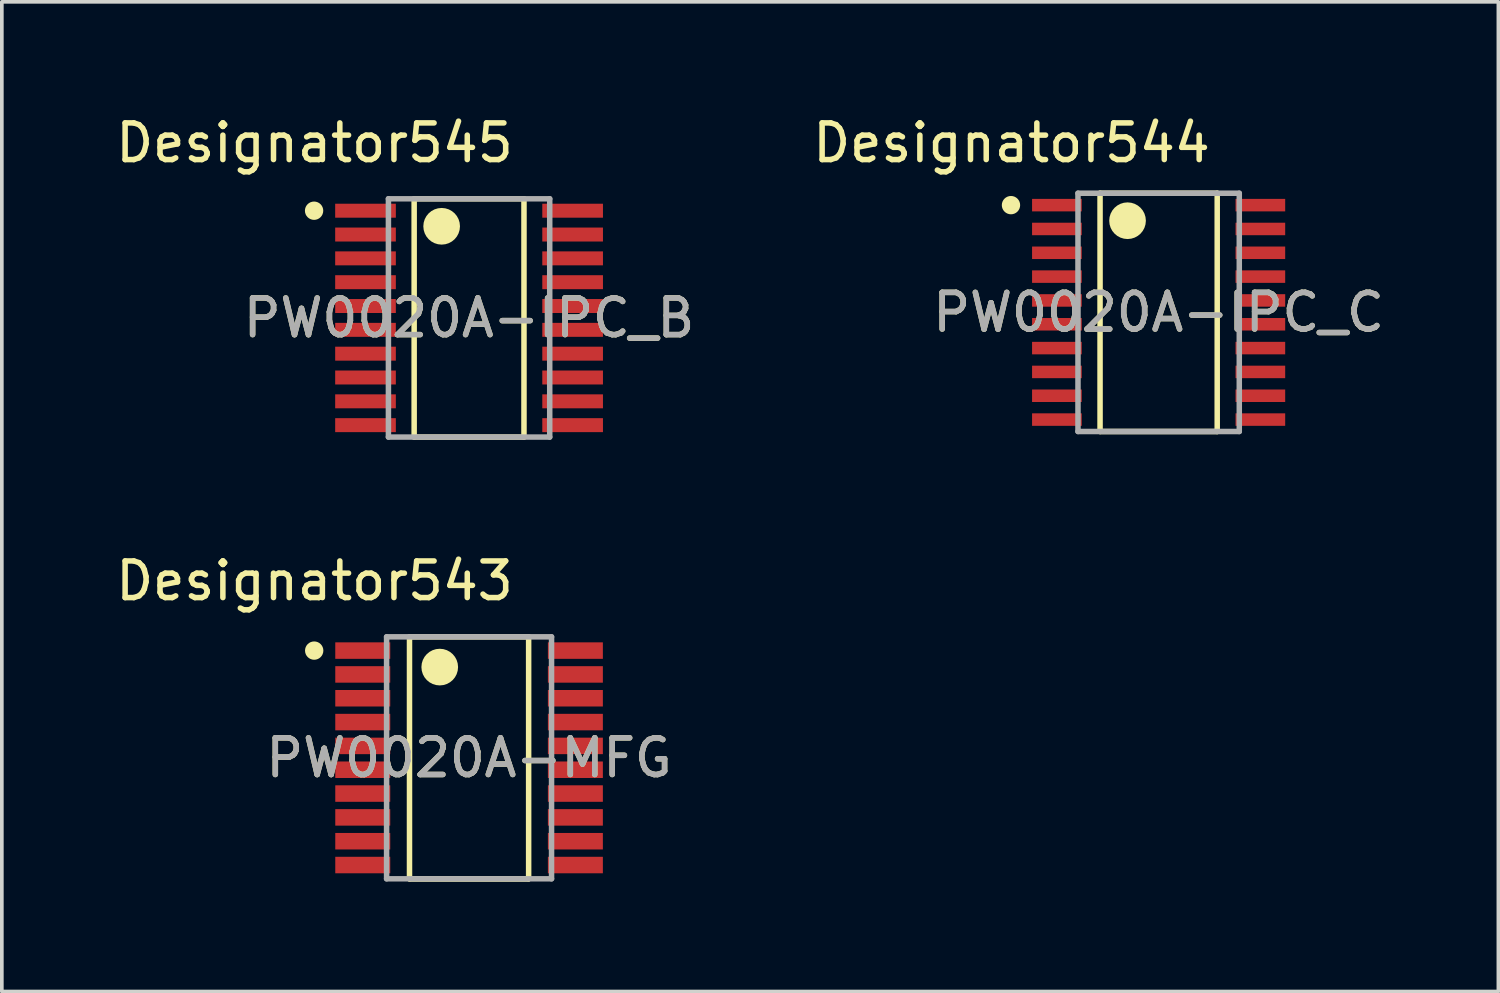
<source format=kicad_pcb>
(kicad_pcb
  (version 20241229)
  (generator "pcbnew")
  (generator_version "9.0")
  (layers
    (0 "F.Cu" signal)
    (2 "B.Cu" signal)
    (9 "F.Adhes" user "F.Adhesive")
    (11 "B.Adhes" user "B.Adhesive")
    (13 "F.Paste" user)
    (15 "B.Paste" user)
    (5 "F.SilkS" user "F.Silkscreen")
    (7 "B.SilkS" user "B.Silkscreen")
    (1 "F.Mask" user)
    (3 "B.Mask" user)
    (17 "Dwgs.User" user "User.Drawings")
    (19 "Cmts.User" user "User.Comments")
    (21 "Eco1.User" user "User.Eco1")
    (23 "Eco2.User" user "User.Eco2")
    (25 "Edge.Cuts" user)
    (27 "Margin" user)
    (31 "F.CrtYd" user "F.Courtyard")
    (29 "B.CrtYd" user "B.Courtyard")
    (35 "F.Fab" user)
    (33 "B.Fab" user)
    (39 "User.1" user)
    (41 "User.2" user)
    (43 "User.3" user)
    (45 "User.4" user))
  (footprint "PW0020A-MFG"
    (layer "F.Cu")
    (at 9.746 17.623)
    (property "Reference" "PW0020A-MFG" (at 0 0 0) (unlocked yes) (layer "F.SilkS") (effects (font (size 1 1) (thickness 0.15))))
    (attr smd)
    (fp_line (start -1.625 -3.3) (end 1.625 -3.3) (stroke (width 0.15) (type solid)) (layer "F.SilkS"))
    (fp_line (start -1.625 3.3) (end -1.625 -3.3) (stroke (width 0.15) (type solid)) (layer "F.SilkS"))
    (fp_line (start -1.625 3.3) (end 1.625 3.3) (stroke (width 0.15) (type solid)) (layer "F.SilkS"))
    (fp_line (start -1.625 3.3) (end 1.625 3.3) (stroke (width 0.15) (type solid)) (layer "F.SilkS"))
    (fp_line (start 1.625 3.3) (end 1.625 -3.3) (stroke (width 0.15) (type solid)) (layer "F.SilkS"))
    (fp_circle (center -4.225 -2.925) (end -4.1 -2.925) (stroke (width 0.25) (type solid)) (fill no) (layer "F.SilkS"))
    (fp_circle (center -0.8 -2.475) (end -0.55 -2.475) (stroke (width 0.5) (type solid)) (fill no) (layer "F.SilkS"))
    (fp_line (start -2.25 -3.3) (end 2.25 -3.3) (stroke (width 0.15) (type solid)) (layer "F.Fab"))
    (fp_line (start -2.25 3.3) (end -2.25 -3.3) (stroke (width 0.15) (type solid)) (layer "F.Fab"))
    (fp_line (start -2.25 3.3) (end 2.25 3.3) (stroke (width 0.15) (type solid)) (layer "F.Fab"))
    (fp_line (start 2.25 3.3) (end 2.25 -3.3) (stroke (width 0.15) (type solid)) (layer "F.Fab"))
    (fp_text user "Designator543" (at -4.216 -4.826 0) (unlocked yes) (layer "F.SilkS") (effects (font (size 1 1) (thickness 0.15))))
    (fp_text user "${REFERENCE}" (at 0 0 0) (unlocked yes) (layer "F.Fab") (effects (font (size 1 1) (thickness 0.15))))
    (pad "1" smd rect (at -2.9 -2.925) (size 1.5 0.45) (layers "F.Cu" "F.Mask" "F.Paste"))
    (pad "2" smd rect (at -2.9 -2.275) (size 1.5 0.45) (layers "F.Cu" "F.Mask" "F.Paste"))
    (pad "3" smd rect (at -2.9 -1.625) (size 1.5 0.45) (layers "F.Cu" "F.Mask" "F.Paste"))
    (pad "4" smd rect (at -2.9 -0.975) (size 1.5 0.45) (layers "F.Cu" "F.Mask" "F.Paste"))
    (pad "5" smd rect (at -2.9 -0.325) (size 1.5 0.45) (layers "F.Cu" "F.Mask" "F.Paste"))
    (pad "6" smd rect (at -2.9 0.325) (size 1.5 0.45) (layers "F.Cu" "F.Mask" "F.Paste"))
    (pad "7" smd rect (at -2.9 0.975) (size 1.5 0.45) (layers "F.Cu" "F.Mask" "F.Paste"))
    (pad "8" smd rect (at -2.9 1.625) (size 1.5 0.45) (layers "F.Cu" "F.Mask" "F.Paste"))
    (pad "9" smd rect (at -2.9 2.275) (size 1.5 0.45) (layers "F.Cu" "F.Mask" "F.Paste"))
    (pad "10" smd rect (at -2.9 2.925) (size 1.5 0.45) (layers "F.Cu" "F.Mask" "F.Paste"))
    (pad "11" smd rect (at 2.9 2.925) (size 1.5 0.45) (layers "F.Cu" "F.Mask" "F.Paste"))
    (pad "12" smd rect (at 2.9 2.275) (size 1.5 0.45) (layers "F.Cu" "F.Mask" "F.Paste"))
    (pad "13" smd rect (at 2.9 1.625) (size 1.5 0.45) (layers "F.Cu" "F.Mask" "F.Paste"))
    (pad "14" smd rect (at 2.9 0.975) (size 1.5 0.45) (layers "F.Cu" "F.Mask" "F.Paste"))
    (pad "15" smd rect (at 2.9 0.325) (size 1.5 0.45) (layers "F.Cu" "F.Mask" "F.Paste"))
    (pad "16" smd rect (at 2.9 -0.325) (size 1.5 0.45) (layers "F.Cu" "F.Mask" "F.Paste"))
    (pad "17" smd rect (at 2.9 -0.975) (size 1.5 0.45) (layers "F.Cu" "F.Mask" "F.Paste"))
    (pad "18" smd rect (at 2.9 -1.625) (size 1.5 0.45) (layers "F.Cu" "F.Mask" "F.Paste"))
    (pad "19" smd rect (at 2.9 -2.275) (size 1.5 0.45) (layers "F.Cu" "F.Mask" "F.Paste"))
    (pad "20" smd rect (at 2.9 -2.925) (size 1.5 0.45) (layers "F.Cu" "F.Mask" "F.Paste")))
  (footprint "PW0020A-IPC_B"
    (layer "F.Cu")
    (at 9.746 5.623)
    (property "Reference" "PW0020A-IPC_B" (at 0 0 0) (unlocked yes) (layer "F.SilkS") (effects (font (size 1 1) (thickness 0.15))))
    (attr smd)
    (fp_line (start -1.498 -3.25) (end 1.498 -3.25) (stroke (width 0.15) (type solid)) (layer "F.SilkS"))
    (fp_line (start -1.498 3.25) (end -1.498 -3.25) (stroke (width 0.15) (type solid)) (layer "F.SilkS"))
    (fp_line (start -1.498 3.25) (end 1.498 3.25) (stroke (width 0.15) (type solid)) (layer "F.SilkS"))
    (fp_line (start 1.498 3.25) (end 1.498 -3.25) (stroke (width 0.15) (type solid)) (layer "F.SilkS"))
    (fp_circle (center -4.228 -2.925) (end -4.103 -2.925) (stroke (width 0.25) (type solid)) (fill no) (layer "F.SilkS"))
    (fp_circle (center -0.748 -2.5) (end -0.498 -2.5) (stroke (width 0.5) (type solid)) (fill no) (layer "F.SilkS"))
    (fp_line (start -2.2 -3.25) (end 2.2 -3.25) (stroke (width 0.15) (type solid)) (layer "F.Fab"))
    (fp_line (start -2.2 3.25) (end -2.2 -3.25) (stroke (width 0.15) (type solid)) (layer "F.Fab"))
    (fp_line (start -2.2 3.25) (end 2.2 3.25) (stroke (width 0.15) (type solid)) (layer "F.Fab"))
    (fp_line (start 2.2 3.25) (end 2.2 -3.25) (stroke (width 0.15) (type solid)) (layer "F.Fab"))
    (fp_text user "Designator545" (at -4.216 -4.775 0) (unlocked yes) (layer "F.SilkS") (effects (font (size 1 1) (thickness 0.15))))
    (fp_text user "${REFERENCE}" (at 0 0 0) (unlocked yes) (layer "F.Fab") (effects (font (size 1 1) (thickness 0.15))))
    (pad "1" smd rect (at -2.825 -2.925) (size 1.655 0.381) (layers "F.Cu" "F.Mask" "F.Paste"))
    (pad "2" smd rect (at -2.825 -2.275) (size 1.655 0.381) (layers "F.Cu" "F.Mask" "F.Paste"))
    (pad "3" smd rect (at -2.825 -1.625) (size 1.655 0.381) (layers "F.Cu" "F.Mask" "F.Paste"))
    (pad "4" smd rect (at -2.825 -0.975) (size 1.655 0.381) (layers "F.Cu" "F.Mask" "F.Paste"))
    (pad "5" smd rect (at -2.825 -0.325) (size 1.655 0.381) (layers "F.Cu" "F.Mask" "F.Paste"))
    (pad "6" smd rect (at -2.825 0.325) (size 1.655 0.381) (layers "F.Cu" "F.Mask" "F.Paste"))
    (pad "7" smd rect (at -2.825 0.975) (size 1.655 0.381) (layers "F.Cu" "F.Mask" "F.Paste"))
    (pad "8" smd rect (at -2.825 1.625) (size 1.655 0.381) (layers "F.Cu" "F.Mask" "F.Paste"))
    (pad "9" smd rect (at -2.825 2.275) (size 1.655 0.381) (layers "F.Cu" "F.Mask" "F.Paste"))
    (pad "10" smd rect (at -2.825 2.925) (size 1.655 0.381) (layers "F.Cu" "F.Mask" "F.Paste"))
    (pad "11" smd rect (at 2.825 2.925) (size 1.655 0.381) (layers "F.Cu" "F.Mask" "F.Paste"))
    (pad "12" smd rect (at 2.825 2.275) (size 1.655 0.381) (layers "F.Cu" "F.Mask" "F.Paste"))
    (pad "13" smd rect (at 2.825 1.625) (size 1.655 0.381) (layers "F.Cu" "F.Mask" "F.Paste"))
    (pad "14" smd rect (at 2.825 0.975) (size 1.655 0.381) (layers "F.Cu" "F.Mask" "F.Paste"))
    (pad "15" smd rect (at 2.825 0.325) (size 1.655 0.381) (layers "F.Cu" "F.Mask" "F.Paste"))
    (pad "16" smd rect (at 2.825 -0.325) (size 1.655 0.381) (layers "F.Cu" "F.Mask" "F.Paste"))
    (pad "17" smd rect (at 2.825 -0.975) (size 1.655 0.381) (layers "F.Cu" "F.Mask" "F.Paste"))
    (pad "18" smd rect (at 2.825 -1.625) (size 1.655 0.381) (layers "F.Cu" "F.Mask" "F.Paste"))
    (pad "19" smd rect (at 2.825 -2.275) (size 1.655 0.381) (layers "F.Cu" "F.Mask" "F.Paste"))
    (pad "20" smd rect (at 2.825 -2.925) (size 1.655 0.381) (layers "F.Cu" "F.Mask" "F.Paste")))
  (footprint "PW0020A-IPC_C"
    (layer "F.Cu")
    (at 28.557 5.471)
    (property "Reference" "PW0020A-IPC_C" (at 0 0 0) (unlocked yes) (layer "F.SilkS") (effects (font (size 1 1) (thickness 0.15))))
    (attr smd)
    (fp_line (start -1.598 -3.25) (end 1.598 -3.25) (stroke (width 0.15) (type solid)) (layer "F.SilkS"))
    (fp_line (start -1.598 3.25) (end -1.598 -3.25) (stroke (width 0.15) (type solid)) (layer "F.SilkS"))
    (fp_line (start -1.598 3.25) (end 1.598 3.25) (stroke (width 0.15) (type solid)) (layer "F.SilkS"))
    (fp_line (start 1.598 3.25) (end 1.598 -3.25) (stroke (width 0.15) (type solid)) (layer "F.SilkS"))
    (fp_circle (center -4.028 -2.925) (end -3.903 -2.925) (stroke (width 0.25) (type solid)) (fill no) (layer "F.SilkS"))
    (fp_circle (center -0.848 -2.5) (end -0.598 -2.5) (stroke (width 0.5) (type solid)) (fill no) (layer "F.SilkS"))
    (fp_line (start -2.2 -3.25) (end 2.2 -3.25) (stroke (width 0.15) (type solid)) (layer "F.Fab"))
    (fp_line (start -2.2 3.25) (end -2.2 -3.25) (stroke (width 0.15) (type solid)) (layer "F.Fab"))
    (fp_line (start -2.2 3.25) (end 2.2 3.25) (stroke (width 0.15) (type solid)) (layer "F.Fab"))
    (fp_line (start 2.2 3.25) (end 2.2 -3.25) (stroke (width 0.15) (type solid)) (layer "F.Fab"))
    (fp_text user "Designator544" (at -4.013 -4.623 0) (unlocked yes) (layer "F.SilkS") (effects (font (size 1 1) (thickness 0.15))))
    (fp_text user "${REFERENCE}" (at 0 0 0) (unlocked yes) (layer "F.Fab") (effects (font (size 1 1) (thickness 0.15))))
    (pad "1" smd rect (at -2.775 -2.925) (size 1.355 0.341) (layers "F.Cu" "F.Mask" "F.Paste"))
    (pad "2" smd rect (at -2.775 -2.275) (size 1.355 0.341) (layers "F.Cu" "F.Mask" "F.Paste"))
    (pad "3" smd rect (at -2.775 -1.625) (size 1.355 0.341) (layers "F.Cu" "F.Mask" "F.Paste"))
    (pad "4" smd rect (at -2.775 -0.975) (size 1.355 0.341) (layers "F.Cu" "F.Mask" "F.Paste"))
    (pad "5" smd rect (at -2.775 -0.325) (size 1.355 0.341) (layers "F.Cu" "F.Mask" "F.Paste"))
    (pad "6" smd rect (at -2.775 0.325) (size 1.355 0.341) (layers "F.Cu" "F.Mask" "F.Paste"))
    (pad "7" smd rect (at -2.775 0.975) (size 1.355 0.341) (layers "F.Cu" "F.Mask" "F.Paste"))
    (pad "8" smd rect (at -2.775 1.625) (size 1.355 0.341) (layers "F.Cu" "F.Mask" "F.Paste"))
    (pad "9" smd rect (at -2.775 2.275) (size 1.355 0.341) (layers "F.Cu" "F.Mask" "F.Paste"))
    (pad "10" smd rect (at -2.775 2.925) (size 1.355 0.341) (layers "F.Cu" "F.Mask" "F.Paste"))
    (pad "11" smd rect (at 2.775 2.925) (size 1.355 0.341) (layers "F.Cu" "F.Mask" "F.Paste"))
    (pad "12" smd rect (at 2.775 2.275) (size 1.355 0.341) (layers "F.Cu" "F.Mask" "F.Paste"))
    (pad "13" smd rect (at 2.775 1.625) (size 1.355 0.341) (layers "F.Cu" "F.Mask" "F.Paste"))
    (pad "14" smd rect (at 2.775 0.975) (size 1.355 0.341) (layers "F.Cu" "F.Mask" "F.Paste"))
    (pad "15" smd rect (at 2.775 0.325) (size 1.355 0.341) (layers "F.Cu" "F.Mask" "F.Paste"))
    (pad "16" smd rect (at 2.775 -0.325) (size 1.355 0.341) (layers "F.Cu" "F.Mask" "F.Paste"))
    (pad "17" smd rect (at 2.775 -0.975) (size 1.355 0.341) (layers "F.Cu" "F.Mask" "F.Paste"))
    (pad "18" smd rect (at 2.775 -1.625) (size 1.355 0.341) (layers "F.Cu" "F.Mask" "F.Paste"))
    (pad "19" smd rect (at 2.775 -2.275) (size 1.355 0.341) (layers "F.Cu" "F.Mask" "F.Paste"))
    (pad "20" smd rect (at 2.775 -2.925) (size 1.355 0.341) (layers "F.Cu" "F.Mask" "F.Paste")))
  (gr_rect
    (start -3 -3)
    (end 37.825 23.998)
    (stroke (width 0.1) (type default))
    (fill no)
    (layer "Edge.Cuts")))
</source>
